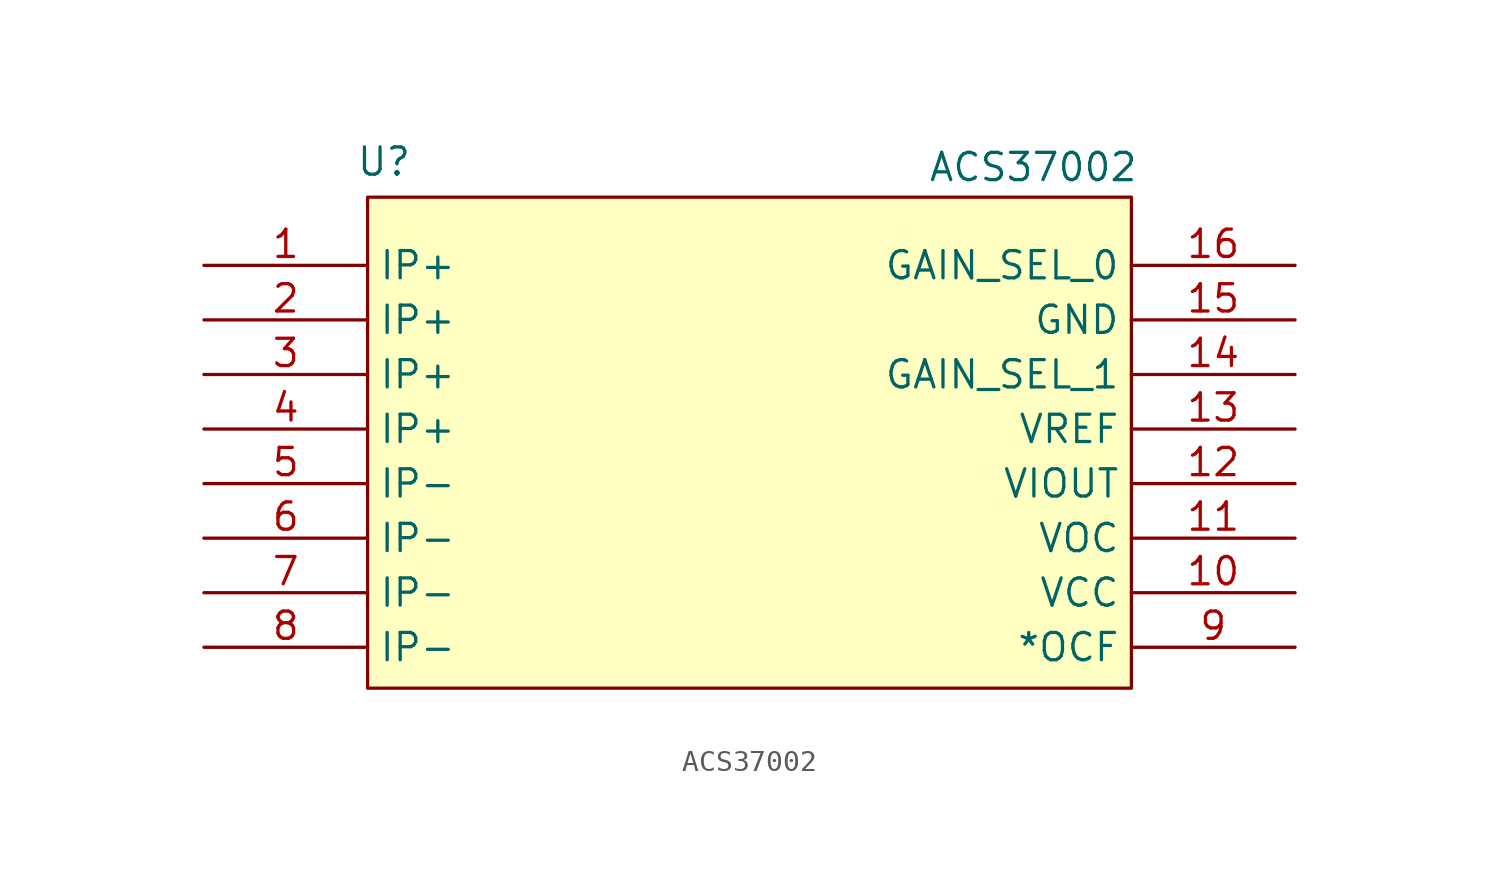
<source format=kicad_sym>
(kicad_symbol_lib
  (version 20241209)
  (generator "kicad_symbol_editor")
  (generator_version "9.0")
  (symbol "ACS37002"
    (property "Reference" "U"
      (at -3.048 3.556 0)
      (effects (font (size 1.27 1.27))))
    (property "Value" "ACS37002"
      (at 27.178 3.302 0)
      (effects (font (size 1.27 1.27))))
    (symbol "ACS37002_0_1"
      (pin unspecified line (at -11.43 -3.81 0) (length 7.62) (name "IP+" (effects (font (size 1.27 1.27)))) (number "2" (effects (font (size 1.27 1.27)))))
      (pin unspecified line (at -11.43 -6.35 0) (length 7.62) (name "IP+" (effects (font (size 1.27 1.27)))) (number "3" (effects (font (size 1.27 1.27)))))
      (pin unspecified line (at -11.43 -8.89 0) (length 7.62) (name "IP+" (effects (font (size 1.27 1.27)))) (number "4" (effects (font (size 1.27 1.27)))))
      (pin unspecified line (at -11.43 -11.43 0) (length 7.62) (name "IP-" (effects (font (size 1.27 1.27)))) (number "5" (effects (font (size 1.27 1.27)))))
      (pin unspecified line (at -11.43 -13.97 0) (length 7.62) (name "IP-" (effects (font (size 1.27 1.27)))) (number "6" (effects (font (size 1.27 1.27)))))
      (pin unspecified line (at -11.43 -16.51 0) (length 7.62) (name "IP-" (effects (font (size 1.27 1.27)))) (number "7" (effects (font (size 1.27 1.27)))))
      (pin unspecified line (at -11.43 -19.05 0) (length 7.62) (name "IP-" (effects (font (size 1.27 1.27)))) (number "8" (effects (font (size 1.27 1.27)))))
      (pin power_out line (at 39.37 -3.81 180) (length 7.62) (name "GND" (effects (font (size 1.27 1.27)))) (number "15" (effects (font (size 1.27 1.27)))))
      (pin power_in line (at 39.37 -16.51 180) (length 7.62) (name "VCC" (effects (font (size 1.27 1.27)))) (number "10" (effects (font (size 1.27 1.27)))))
      (pin output line (at 39.37 -19.05 180) (length 7.62) (name "*OCF" (effects (font (size 1.27 1.27)))) (number "9" (effects (font (size 1.27 1.27))))))
    (symbol "ACS37002_1_1"
      (rectangle (start -3.81 1.905) (end 31.75 -20.955) (stroke (width 0) (type solid)) (fill (type background)))
      (pin unspecified line (at -11.43 -1.27 0) (length 7.62) (name "IP+" (effects (font (size 1.27 1.27)))) (number "1" (effects (font (size 1.27 1.27)))))
      (pin unspecified line (at 39.37 -1.27 180) (length 7.62) (name "GAIN_SEL_0" (effects (font (size 1.27 1.27)))) (number "16" (effects (font (size 1.27 1.27)))))
      (pin unspecified line (at 39.37 -6.35 180) (length 7.62) (name "GAIN_SEL_1" (effects (font (size 1.27 1.27)))) (number "14" (effects (font (size 1.27 1.27)))))
      (pin input line (at 39.37 -8.89 180) (length 7.62) (name "VREF" (effects (font (size 1.27 1.27)))) (number "13" (effects (font (size 1.27 1.27)))))
      (pin unspecified line (at 39.37 -11.43 180) (length 7.62) (name "VIOUT" (effects (font (size 1.27 1.27)))) (number "12" (effects (font (size 1.27 1.27)))))
      (pin power_in line (at 39.37 -13.97 180) (length 7.62) (name "VOC" (effects (font (size 1.27 1.27)))) (number "11" (effects (font (size 1.27 1.27))))))))
</source>
